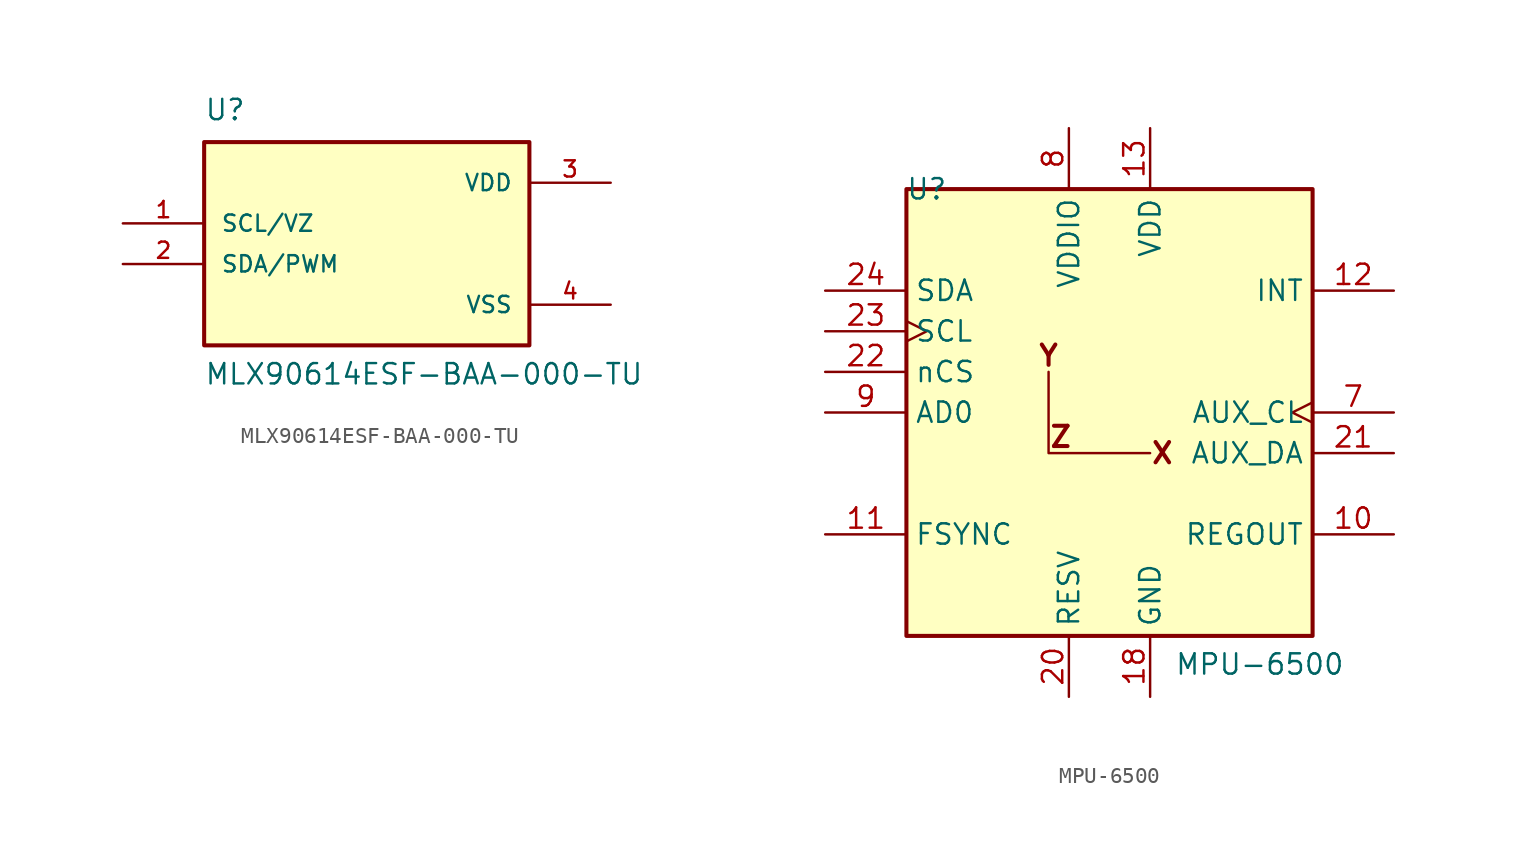
<source format=kicad_sym>
(kicad_symbol_lib
  (version 20231120)
  (generator "kicad_symbol_editor")
  (generator_version "8.0")
  (symbol "MLX90614ESF-BAA-000-TU"
    (pin_names
      (offset 1.016))
    (property "Reference" "U"
      (at -10.16 6.35 0)
      (effects (font (size 1.27 1.27)) (justify left bottom)))
    (property "Value" "MLX90614ESF-BAA-000-TU"
      (at -10.16 -10.16 0)
      (effects (font (size 1.27 1.27)) (justify left bottom)))
    (symbol "MLX90614ESF-BAA-000-TU_0_0"
      (rectangle (start -10.16 -7.62) (end 10.16 5.08) (stroke (width 0.254) (type default)) (fill (type background)))
      (pin input line (at -15.24 0 0) (length 5.08) (name "SCL/VZ" (effects (font (size 1.016 1.016)))) (number "1" (effects (font (size 1.016 1.016)))))
      (pin bidirectional line (at -15.24 -2.54 0) (length 5.08) (name "SDA/PWM" (effects (font (size 1.016 1.016)))) (number "2" (effects (font (size 1.016 1.016)))))
      (pin power_in line (at 15.24 2.54 180) (length 5.08) (name "VDD" (effects (font (size 1.016 1.016)))) (number "3" (effects (font (size 1.016 1.016)))))
      (pin power_in line (at 15.24 -5.08 180) (length 5.08) (name "VSS" (effects (font (size 1.016 1.016)))) (number "4" (effects (font (size 1.016 1.016)))))))
  (symbol "MPU-6500"
    (property "Reference" "U"
      (at -11.43 13.97 0)
      (effects (font (size 1.27 1.27))))
    (property "Value" "MPU-6500"
      (at 9.398 -15.748 0)
      (effects (font (size 1.27 1.27))))
    (symbol "MPU-6500_0_0"
      (text "" (at 12.7 -2.54 0) (effects (font (size 1.27 1.27)))))
    (symbol "MPU-6500_0_1"
      (rectangle (start -12.7 13.97) (end 12.7 -13.97) (stroke (width 0.254) (type default)) (fill (type background)))
      (polyline (pts (xy -3.81 2.54) (xy -3.81 -2.54) (xy 2.54 -2.54)) (stroke (width 0) (type default)) (fill (type none))))
    (symbol "MPU-6500_1_1"
      (text "X" (at 3.302 -2.54 0) (effects (font (size 1.27 1.27) (thickness 0.254) (bold yes))))
      (text "Y" (at -3.81 3.556 0) (effects (font (size 1.27 1.27) (thickness 0.254) (bold yes))))
      (text "Z" (at -3.048 -1.524 0) (effects (font (size 1.27 1.27) (thickness 0.254) (bold yes))))
      (pin no_connect line (at -12.7 -12.7 0) (length 2.54) hide (name "NC" (effects (font (size 1.27 1.27)))) (number "1" (effects (font (size 1.27 1.27)))))
      (pin passive line (at 17.78 -7.62 180) (length 5.08) (name "REGOUT" (effects (font (size 1.27 1.27)))) (number "10" (effects (font (size 1.27 1.27)))))
      (pin input line (at -17.78 -7.62 0) (length 5.08) (name "FSYNC" (effects (font (size 1.27 1.27)))) (number "11" (effects (font (size 1.27 1.27)))))
      (pin output line (at 17.78 7.62 180) (length 5.08) (name "INT" (effects (font (size 1.27 1.27)))) (number "12" (effects (font (size 1.27 1.27)))))
      (pin power_in line (at 2.54 17.78 270) (length 3.81) (name "VDD" (effects (font (size 1.27 1.27)))) (number "13" (effects (font (size 1.27 1.27)))))
      (pin no_connect line (at -12.7 -10.16 0) (length 2.54) hide (name "NC" (effects (font (size 1.27 1.27)))) (number "14" (effects (font (size 1.27 1.27)))))
      (pin no_connect line (at 12.7 12.7 180) (length 2.54) hide (name "NC" (effects (font (size 1.27 1.27)))) (number "15" (effects (font (size 1.27 1.27)))))
      (pin no_connect line (at 12.7 10.16 180) (length 2.54) hide (name "NC" (effects (font (size 1.27 1.27)))) (number "16" (effects (font (size 1.27 1.27)))))
      (pin no_connect line (at 12.7 5.08 180) (length 2.54) hide (name "NC" (effects (font (size 1.27 1.27)))) (number "17" (effects (font (size 1.27 1.27)))))
      (pin power_in line (at 2.54 -17.78 90) (length 3.81) (name "GND" (effects (font (size 1.27 1.27)))) (number "18" (effects (font (size 1.27 1.27)))))
      (pin no_connect line (at 12.7 -10.16 180) (length 2.54) hide (name "NC" (effects (font (size 1.27 1.27)))) (number "19" (effects (font (size 1.27 1.27)))))
      (pin no_connect line (at -12.7 12.7 0) (length 2.54) hide (name "NC" (effects (font (size 1.27 1.27)))) (number "2" (effects (font (size 1.27 1.27)))))
      (pin power_in line (at -2.54 -17.78 90) (length 3.81) (name "RESV" (effects (font (size 1.27 1.27)))) (number "20" (effects (font (size 1.27 1.27)))))
      (pin bidirectional line (at 17.78 -2.54 180) (length 5.08) (name "AUX_DA" (effects (font (size 1.27 1.27)))) (number "21" (effects (font (size 1.27 1.27)))))
      (pin input line (at -17.78 2.54 0) (length 5.08) (name "nCS" (effects (font (size 1.27 1.27)))) (number "22" (effects (font (size 1.27 1.27)))))
      (pin input clock (at -17.78 5.08 0) (length 5.08) (name "SCL" (effects (font (size 1.27 1.27)))) (number "23" (effects (font (size 1.27 1.27)))))
      (pin bidirectional line (at -17.78 7.62 0) (length 5.08) (name "SDA" (effects (font (size 1.27 1.27)))) (number "24" (effects (font (size 1.27 1.27)))))
      (pin no_connect line (at -12.7 10.16 0) (length 2.54) hide (name "NC" (effects (font (size 1.27 1.27)))) (number "3" (effects (font (size 1.27 1.27)))))
      (pin no_connect line (at -12.7 0 0) (length 2.54) hide (name "NC" (effects (font (size 1.27 1.27)))) (number "4" (effects (font (size 1.27 1.27)))))
      (pin no_connect line (at -12.7 -2.54 0) (length 2.54) hide (name "NC" (effects (font (size 1.27 1.27)))) (number "5" (effects (font (size 1.27 1.27)))))
      (pin no_connect line (at 12.7 2.54 180) (length 2.54) hide (name "NC" (effects (font (size 1.27 1.27)))) (number "6" (effects (font (size 1.27 1.27)))))
      (pin output clock (at 17.78 0 180) (length 5.08) (name "AUX_CL" (effects (font (size 1.27 1.27)))) (number "7" (effects (font (size 1.27 1.27)))))
      (pin power_in line (at -2.54 17.78 270) (length 3.81) (name "VDDIO" (effects (font (size 1.27 1.27)))) (number "8" (effects (font (size 1.27 1.27)))))
      (pin input line (at -17.78 0 0) (length 5.08) (name "AD0" (effects (font (size 1.27 1.27)))) (number "9" (effects (font (size 1.27 1.27))))))))
</source>
